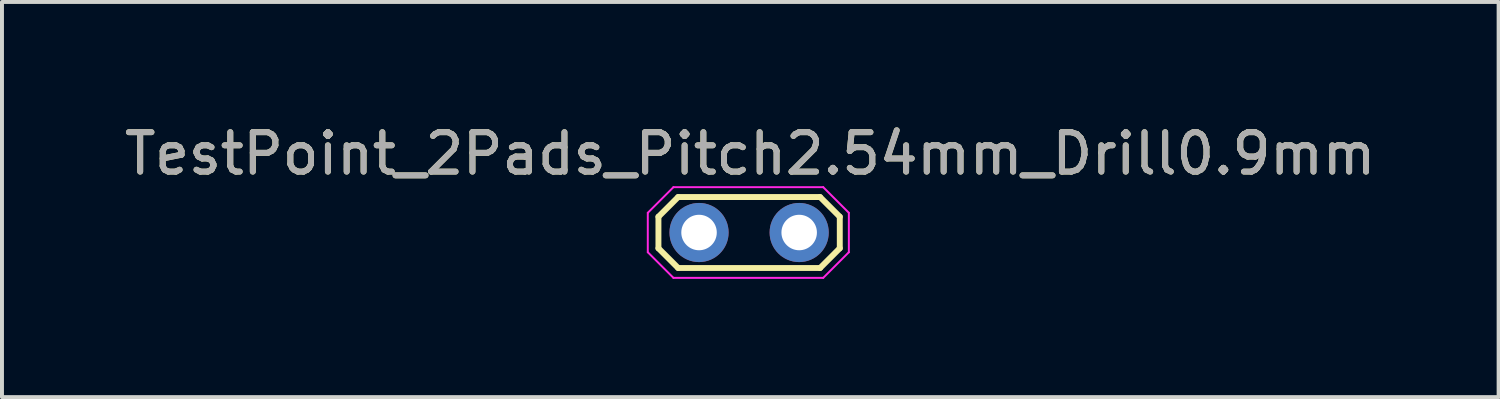
<source format=kicad_pcb>
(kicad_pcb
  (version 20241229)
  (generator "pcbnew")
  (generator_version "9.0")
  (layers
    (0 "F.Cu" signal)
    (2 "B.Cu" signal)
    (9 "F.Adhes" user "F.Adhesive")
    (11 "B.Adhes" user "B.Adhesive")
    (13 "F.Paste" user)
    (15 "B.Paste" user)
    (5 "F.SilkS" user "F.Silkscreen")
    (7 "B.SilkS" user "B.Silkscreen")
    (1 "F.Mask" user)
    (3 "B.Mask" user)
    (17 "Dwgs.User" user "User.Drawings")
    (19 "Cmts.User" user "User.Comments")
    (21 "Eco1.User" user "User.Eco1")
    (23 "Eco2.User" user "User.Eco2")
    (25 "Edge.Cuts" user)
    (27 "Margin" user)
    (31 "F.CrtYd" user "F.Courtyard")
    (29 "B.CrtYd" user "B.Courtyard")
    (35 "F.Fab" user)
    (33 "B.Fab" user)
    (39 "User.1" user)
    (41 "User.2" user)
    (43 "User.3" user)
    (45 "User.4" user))
  (footprint "TestPoint_2Pads_Pitch2.54mm_Drill0.9mm"
    (layer "F.Cu")
    (at 14.682 2.848)
    (property "Reference" "TestPoint_2Pads_Pitch2.54mm_Drill0.9mm" (at 1.3 -2 0) (layer "F.SilkS") (effects (font (size 1 1) (thickness 0.15))))
    (attr exclude_from_pos_files exclude_from_bom)
    (fp_line (start -1.03 -0.4) (end -0.53 -0.9) (stroke (width 0.15) (type solid)) (layer "F.SilkS"))
    (fp_line (start -1.03 0.4) (end -1.03 -0.4) (stroke (width 0.15) (type solid)) (layer "F.SilkS"))
    (fp_line (start -0.53 -0.9) (end 3.07 -0.9) (stroke (width 0.15) (type solid)) (layer "F.SilkS"))
    (fp_line (start -0.53 0.9) (end -1.03 0.4) (stroke (width 0.15) (type solid)) (layer "F.SilkS"))
    (fp_line (start 3.07 -0.9) (end 3.57 -0.4) (stroke (width 0.15) (type solid)) (layer "F.SilkS"))
    (fp_line (start 3.07 0.9) (end -0.53 0.9) (stroke (width 0.15) (type solid)) (layer "F.SilkS"))
    (fp_line (start 3.57 -0.4) (end 3.57 0.4) (stroke (width 0.15) (type solid)) (layer "F.SilkS"))
    (fp_line (start 3.57 0.4) (end 3.07 0.9) (stroke (width 0.15) (type solid)) (layer "F.SilkS"))
    (fp_line (start -1.3 -0.5) (end -1.3 0.5) (stroke (width 0.05) (type solid)) (layer "F.CrtYd"))
    (fp_line (start -1.3 0.5) (end -0.65 1.15) (stroke (width 0.05) (type solid)) (layer "F.CrtYd"))
    (fp_line (start -0.65 -1.15) (end -1.3 -0.5) (stroke (width 0.05) (type solid)) (layer "F.CrtYd"))
    (fp_line (start -0.65 1.15) (end 3.15 1.15) (stroke (width 0.05) (type solid)) (layer "F.CrtYd"))
    (fp_line (start 3.15 -1.15) (end -0.65 -1.15) (stroke (width 0.05) (type solid)) (layer "F.CrtYd"))
    (fp_line (start 3.15 1.15) (end 3.8 0.5) (stroke (width 0.05) (type solid)) (layer "F.CrtYd"))
    (fp_line (start 3.8 -0.5) (end 3.15 -1.15) (stroke (width 0.05) (type solid)) (layer "F.CrtYd"))
    (fp_line (start 3.8 0.5) (end 3.8 -0.5) (stroke (width 0.05) (type solid)) (layer "F.CrtYd"))
    (fp_text user "${REFERENCE}" (at 1.3 -2 0) (layer "F.Fab") (effects (font (size 1 1) (thickness 0.15))))
    (pad "1" thru_hole circle (at 0 0) (size 1.5 1.5) (drill 0.9) (layers "*.Cu" "*.Mask"))
    (pad "2" thru_hole circle (at 2.54 0) (size 1.5 1.5) (drill 0.9) (layers "*.Cu" "*.Mask")))
  (gr_rect
    (start -3 -3)
    (end 34.964 7.023)
    (stroke (width 0.1) (type default))
    (fill no)
    (layer "Edge.Cuts")))
</source>
